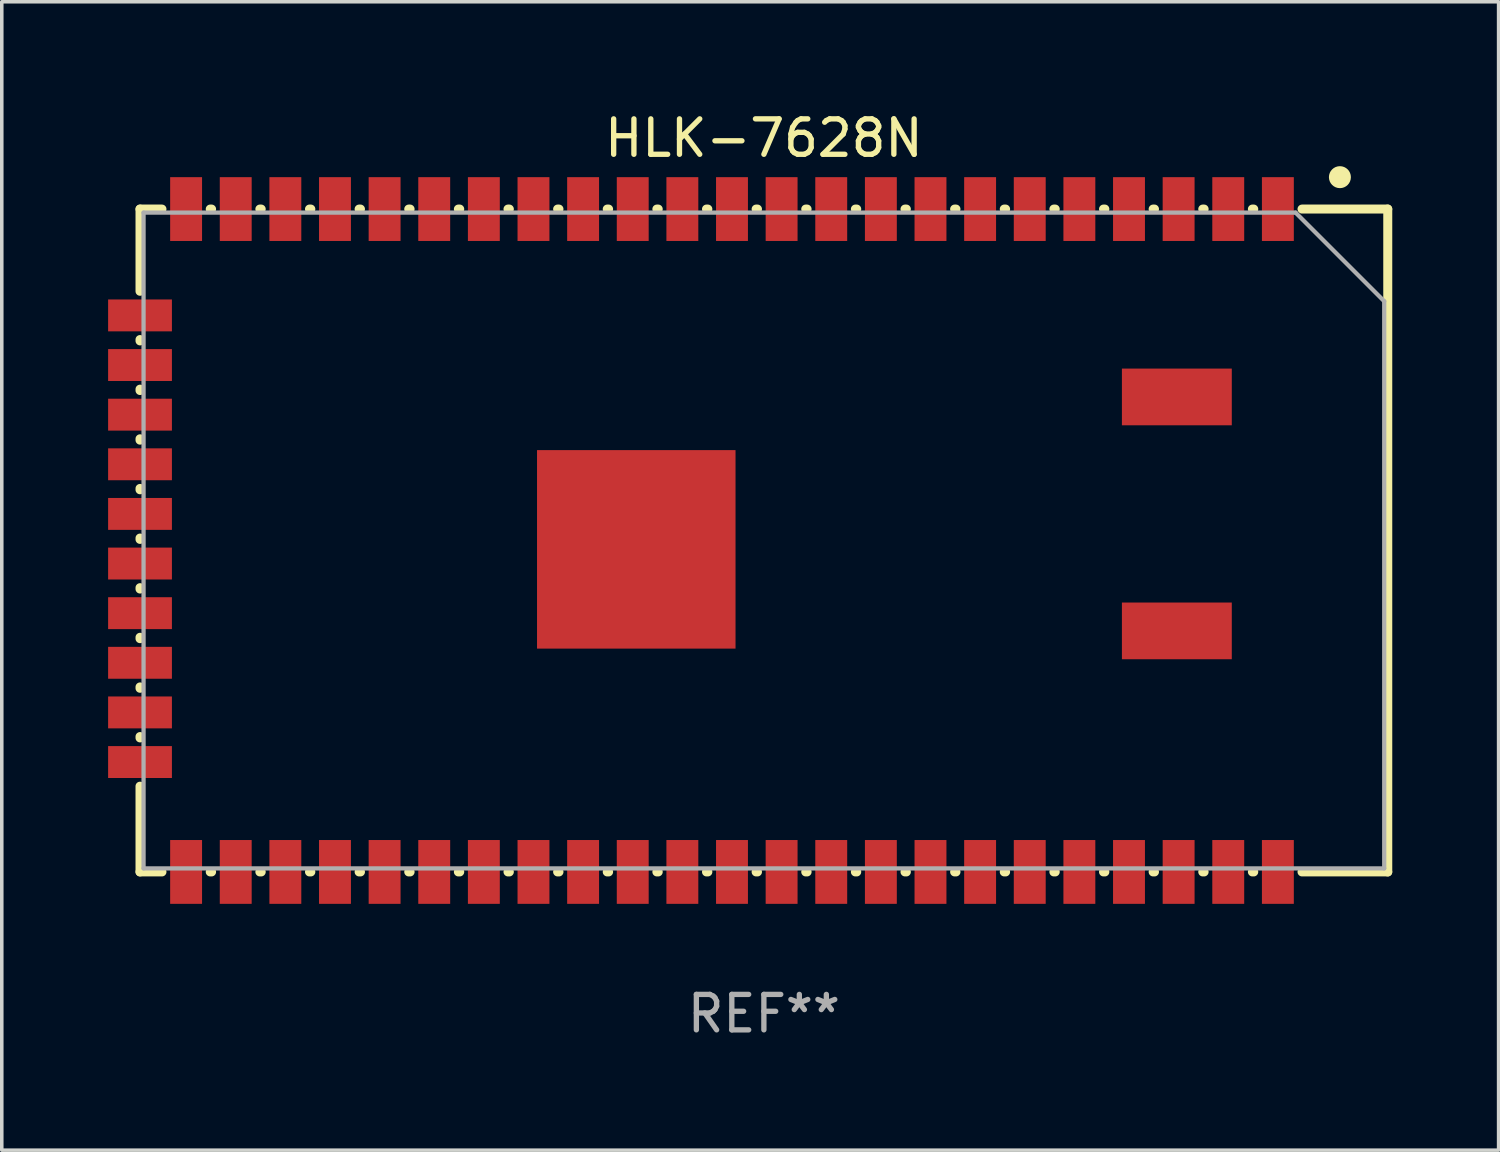
<source format=kicad_pcb>
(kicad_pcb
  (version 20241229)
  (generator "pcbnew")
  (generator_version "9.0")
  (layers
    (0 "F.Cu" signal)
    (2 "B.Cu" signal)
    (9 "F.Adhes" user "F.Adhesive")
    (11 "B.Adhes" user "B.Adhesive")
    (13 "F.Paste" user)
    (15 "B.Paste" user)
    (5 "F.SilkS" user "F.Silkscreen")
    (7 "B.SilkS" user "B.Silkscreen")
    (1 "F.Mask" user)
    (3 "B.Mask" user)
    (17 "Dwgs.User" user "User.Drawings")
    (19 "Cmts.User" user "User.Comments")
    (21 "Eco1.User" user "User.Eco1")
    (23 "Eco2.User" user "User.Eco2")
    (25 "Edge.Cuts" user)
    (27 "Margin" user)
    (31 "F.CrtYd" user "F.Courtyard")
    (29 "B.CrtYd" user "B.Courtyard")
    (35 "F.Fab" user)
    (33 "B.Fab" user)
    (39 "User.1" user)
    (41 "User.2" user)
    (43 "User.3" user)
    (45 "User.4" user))
  (footprint "HLK-7628N"
    (layer "F.Cu")
    (at 18.5 12.198)
    (property "Reference" "HLK-7628N" (at 0 -11.35 0) (layer "F.SilkS") (effects (font (size 1 1) (thickness 0.15))))
    (attr through_hole)
    (fp_line (start -17.6 -9.35) (end -17.6 -7.031) (stroke (width 0.254) (type solid)) (layer "F.SilkS"))
    (fp_line (start -17.6 -9.35) (end -16.981 -9.35) (stroke (width 0.254) (type solid)) (layer "F.SilkS"))
    (fp_line (start -17.6 -5.669) (end -17.6 -5.631) (stroke (width 0.254) (type solid)) (layer "F.SilkS"))
    (fp_line (start -17.6 -4.269) (end -17.6 -4.231) (stroke (width 0.254) (type solid)) (layer "F.SilkS"))
    (fp_line (start -17.6 -2.869) (end -17.6 -2.831) (stroke (width 0.254) (type solid)) (layer "F.SilkS"))
    (fp_line (start -17.6 -1.469) (end -17.6 -1.431) (stroke (width 0.254) (type solid)) (layer "F.SilkS"))
    (fp_line (start -17.6 -0.069) (end -17.6 -0.031) (stroke (width 0.254) (type solid)) (layer "F.SilkS"))
    (fp_line (start -17.6 1.331) (end -17.6 1.369) (stroke (width 0.254) (type solid)) (layer "F.SilkS"))
    (fp_line (start -17.6 2.731) (end -17.6 2.769) (stroke (width 0.254) (type solid)) (layer "F.SilkS"))
    (fp_line (start -17.6 4.131) (end -17.6 4.169) (stroke (width 0.254) (type solid)) (layer "F.SilkS"))
    (fp_line (start -17.6 5.531) (end -17.6 5.569) (stroke (width 0.254) (type solid)) (layer "F.SilkS"))
    (fp_line (start -17.6 6.931) (end -17.6 9.35) (stroke (width 0.254) (type solid)) (layer "F.SilkS"))
    (fp_line (start -17.6 9.35) (end -16.981 9.35) (stroke (width 0.254) (type solid)) (layer "F.SilkS"))
    (fp_line (start -15.619 -9.35) (end -15.581 -9.35) (stroke (width 0.254) (type solid)) (layer "F.SilkS"))
    (fp_line (start -15.619 9.35) (end -15.581 9.35) (stroke (width 0.254) (type solid)) (layer "F.SilkS"))
    (fp_line (start -14.219 -9.35) (end -14.181 -9.35) (stroke (width 0.254) (type solid)) (layer "F.SilkS"))
    (fp_line (start -14.219 9.35) (end -14.181 9.35) (stroke (width 0.254) (type solid)) (layer "F.SilkS"))
    (fp_line (start -12.819 -9.35) (end -12.781 -9.35) (stroke (width 0.254) (type solid)) (layer "F.SilkS"))
    (fp_line (start -12.819 9.35) (end -12.781 9.35) (stroke (width 0.254) (type solid)) (layer "F.SilkS"))
    (fp_line (start -11.419 -9.35) (end -11.381 -9.35) (stroke (width 0.254) (type solid)) (layer "F.SilkS"))
    (fp_line (start -11.419 9.35) (end -11.381 9.35) (stroke (width 0.254) (type solid)) (layer "F.SilkS"))
    (fp_line (start -10.019 -9.35) (end -9.981 -9.35) (stroke (width 0.254) (type solid)) (layer "F.SilkS"))
    (fp_line (start -10.019 9.35) (end -9.981 9.35) (stroke (width 0.254) (type solid)) (layer "F.SilkS"))
    (fp_line (start -8.619 -9.35) (end -8.581 -9.35) (stroke (width 0.254) (type solid)) (layer "F.SilkS"))
    (fp_line (start -8.619 9.35) (end -8.581 9.35) (stroke (width 0.254) (type solid)) (layer "F.SilkS"))
    (fp_line (start -7.219 -9.35) (end -7.181 -9.35) (stroke (width 0.254) (type solid)) (layer "F.SilkS"))
    (fp_line (start -7.219 9.35) (end -7.181 9.35) (stroke (width 0.254) (type solid)) (layer "F.SilkS"))
    (fp_line (start -5.819 -9.35) (end -5.781 -9.35) (stroke (width 0.254) (type solid)) (layer "F.SilkS"))
    (fp_line (start -5.819 9.35) (end -5.781 9.35) (stroke (width 0.254) (type solid)) (layer "F.SilkS"))
    (fp_line (start -4.419 -9.35) (end -4.381 -9.35) (stroke (width 0.254) (type solid)) (layer "F.SilkS"))
    (fp_line (start -4.419 9.35) (end -4.381 9.35) (stroke (width 0.254) (type solid)) (layer "F.SilkS"))
    (fp_line (start -3.019 -9.35) (end -2.981 -9.35) (stroke (width 0.254) (type solid)) (layer "F.SilkS"))
    (fp_line (start -3.019 9.35) (end -2.981 9.35) (stroke (width 0.254) (type solid)) (layer "F.SilkS"))
    (fp_line (start -1.619 -9.35) (end -1.581 -9.35) (stroke (width 0.254) (type solid)) (layer "F.SilkS"))
    (fp_line (start -1.619 9.35) (end -1.581 9.35) (stroke (width 0.254) (type solid)) (layer "F.SilkS"))
    (fp_line (start -0.219 -9.35) (end -0.181 -9.35) (stroke (width 0.254) (type solid)) (layer "F.SilkS"))
    (fp_line (start -0.219 9.35) (end -0.181 9.35) (stroke (width 0.254) (type solid)) (layer "F.SilkS"))
    (fp_line (start 1.181 -9.35) (end 1.219 -9.35) (stroke (width 0.254) (type solid)) (layer "F.SilkS"))
    (fp_line (start 1.181 9.35) (end 1.219 9.35) (stroke (width 0.254) (type solid)) (layer "F.SilkS"))
    (fp_line (start 2.581 -9.35) (end 2.619 -9.35) (stroke (width 0.254) (type solid)) (layer "F.SilkS"))
    (fp_line (start 2.581 9.35) (end 2.619 9.35) (stroke (width 0.254) (type solid)) (layer "F.SilkS"))
    (fp_line (start 3.981 -9.35) (end 4.019 -9.35) (stroke (width 0.254) (type solid)) (layer "F.SilkS"))
    (fp_line (start 3.981 9.35) (end 4.019 9.35) (stroke (width 0.254) (type solid)) (layer "F.SilkS"))
    (fp_line (start 5.381 -9.35) (end 5.419 -9.35) (stroke (width 0.254) (type solid)) (layer "F.SilkS"))
    (fp_line (start 5.381 9.35) (end 5.419 9.35) (stroke (width 0.254) (type solid)) (layer "F.SilkS"))
    (fp_line (start 6.781 -9.35) (end 6.819 -9.35) (stroke (width 0.254) (type solid)) (layer "F.SilkS"))
    (fp_line (start 6.781 9.35) (end 6.819 9.35) (stroke (width 0.254) (type solid)) (layer "F.SilkS"))
    (fp_line (start 8.181 -9.35) (end 8.219 -9.35) (stroke (width 0.254) (type solid)) (layer "F.SilkS"))
    (fp_line (start 8.181 9.35) (end 8.219 9.35) (stroke (width 0.254) (type solid)) (layer "F.SilkS"))
    (fp_line (start 9.581 -9.35) (end 9.619 -9.35) (stroke (width 0.254) (type solid)) (layer "F.SilkS"))
    (fp_line (start 9.581 9.35) (end 9.619 9.35) (stroke (width 0.254) (type solid)) (layer "F.SilkS"))
    (fp_line (start 10.981 -9.35) (end 11.019 -9.35) (stroke (width 0.254) (type solid)) (layer "F.SilkS"))
    (fp_line (start 10.981 9.35) (end 11.019 9.35) (stroke (width 0.254) (type solid)) (layer "F.SilkS"))
    (fp_line (start 12.381 -9.35) (end 12.419 -9.35) (stroke (width 0.254) (type solid)) (layer "F.SilkS"))
    (fp_line (start 12.381 9.35) (end 12.419 9.35) (stroke (width 0.254) (type solid)) (layer "F.SilkS"))
    (fp_line (start 13.781 -9.35) (end 13.819 -9.35) (stroke (width 0.254) (type solid)) (layer "F.SilkS"))
    (fp_line (start 13.781 9.35) (end 13.819 9.35) (stroke (width 0.254) (type solid)) (layer "F.SilkS"))
    (fp_line (start 15.181 9.35) (end 17.6 9.35) (stroke (width 0.254) (type solid)) (layer "F.SilkS"))
    (fp_line (start 15.181 -9.35) (end 17.6 -9.35) (stroke (width 0.254) (type solid)) (layer "F.SilkS"))
    (fp_line (start 17.6 9.35) (end 17.6 -9.35) (stroke (width 0.254) (type solid)) (layer "F.SilkS"))
    (fp_circle (center 16.25 -10.25) (end 16.5 -10.25) (stroke (width 0.12) (type solid)) (fill yes) (layer "F.SilkS"))
    (fp_line (start -17.5 -9.25) (end -17.5 9.25) (stroke (width 0.12) (type default)) (layer "F.Fab"))
    (fp_line (start -17.5 9.25) (end 17.5 9.25) (stroke (width 0.12) (type default)) (layer "F.Fab"))
    (fp_line (start 15 -9.25) (end -17.5 -9.25) (stroke (width 0.12) (type default)) (layer "F.Fab"))
    (fp_line (start 15 -9.25) (end 17.5 -6.75) (stroke (width 0.12) (type default)) (layer "F.Fab"))
    (fp_line (start 17.5 9.25) (end 17.5 -6.75) (stroke (width 0.12) (type default)) (layer "F.Fab"))
    (fp_text user "REF**" (at 0 13.35 0) (layer "F.Fab") (effects (font (size 1 1) (thickness 0.15))))
    (pad "1" smd rect (at 14.5 -9.35) (size 0.9 1.8) (layers "F.Cu" "F.Mask" "F.Paste"))
    (pad "2" smd rect (at 13.1 -9.35) (size 0.9 1.8) (layers "F.Cu" "F.Mask" "F.Paste"))
    (pad "3" smd rect (at 11.7 -9.35) (size 0.9 1.8) (layers "F.Cu" "F.Mask" "F.Paste"))
    (pad "4" smd rect (at 10.3 -9.35) (size 0.9 1.8) (layers "F.Cu" "F.Mask" "F.Paste"))
    (pad "5" smd rect (at 8.9 -9.35) (size 0.9 1.8) (layers "F.Cu" "F.Mask" "F.Paste"))
    (pad "6" smd rect (at 7.5 -9.35) (size 0.9 1.8) (layers "F.Cu" "F.Mask" "F.Paste"))
    (pad "7" smd rect (at 6.1 -9.35) (size 0.9 1.8) (layers "F.Cu" "F.Mask" "F.Paste"))
    (pad "8" smd rect (at 4.7 -9.35) (size 0.9 1.8) (layers "F.Cu" "F.Mask" "F.Paste"))
    (pad "9" smd rect (at 3.3 -9.35) (size 0.9 1.8) (layers "F.Cu" "F.Mask" "F.Paste"))
    (pad "10" smd rect (at 1.9 -9.35) (size 0.9 1.8) (layers "F.Cu" "F.Mask" "F.Paste"))
    (pad "11" smd rect (at 0.5 -9.35) (size 0.9 1.8) (layers "F.Cu" "F.Mask" "F.Paste"))
    (pad "12" smd rect (at -0.9 -9.35) (size 0.9 1.8) (layers "F.Cu" "F.Mask" "F.Paste"))
    (pad "13" smd rect (at -2.3 -9.35) (size 0.9 1.8) (layers "F.Cu" "F.Mask" "F.Paste"))
    (pad "14" smd rect (at -3.7 -9.35) (size 0.9 1.8) (layers "F.Cu" "F.Mask" "F.Paste"))
    (pad "15" smd rect (at -5.1 -9.35) (size 0.9 1.8) (layers "F.Cu" "F.Mask" "F.Paste"))
    (pad "16" smd rect (at -6.5 -9.35) (size 0.9 1.8) (layers "F.Cu" "F.Mask" "F.Paste"))
    (pad "17" smd rect (at -7.9 -9.35) (size 0.9 1.8) (layers "F.Cu" "F.Mask" "F.Paste"))
    (pad "18" smd rect (at -9.3 -9.35) (size 0.9 1.8) (layers "F.Cu" "F.Mask" "F.Paste"))
    (pad "19" smd rect (at -10.7 -9.35) (size 0.9 1.8) (layers "F.Cu" "F.Mask" "F.Paste"))
    (pad "20" smd rect (at -12.1 -9.35) (size 0.9 1.8) (layers "F.Cu" "F.Mask" "F.Paste"))
    (pad "21" smd rect (at -13.5 -9.35) (size 0.9 1.8) (layers "F.Cu" "F.Mask" "F.Paste"))
    (pad "22" smd rect (at -14.9 -9.35) (size 0.9 1.8) (layers "F.Cu" "F.Mask" "F.Paste"))
    (pad "23" smd rect (at -16.3 -9.35) (size 0.9 1.8) (layers "F.Cu" "F.Mask" "F.Paste"))
    (pad "24" smd rect (at -17.6 -6.35 90) (size 0.9 1.8) (layers "F.Cu" "F.Mask" "F.Paste"))
    (pad "25" smd rect (at -17.6 -4.95 90) (size 0.9 1.8) (layers "F.Cu" "F.Mask" "F.Paste"))
    (pad "26" smd rect (at -17.6 -3.55 90) (size 0.9 1.8) (layers "F.Cu" "F.Mask" "F.Paste"))
    (pad "27" smd rect (at -17.6 -2.15 90) (size 0.9 1.8) (layers "F.Cu" "F.Mask" "F.Paste"))
    (pad "28" smd rect (at -17.6 -0.75 90) (size 0.9 1.8) (layers "F.Cu" "F.Mask" "F.Paste"))
    (pad "29" smd rect (at -17.6 0.65 90) (size 0.9 1.8) (layers "F.Cu" "F.Mask" "F.Paste"))
    (pad "30" smd rect (at -17.6 2.05 90) (size 0.9 1.8) (layers "F.Cu" "F.Mask" "F.Paste"))
    (pad "31" smd rect (at -17.6 3.45 90) (size 0.9 1.8) (layers "F.Cu" "F.Mask" "F.Paste"))
    (pad "32" smd rect (at -17.6 4.85 90) (size 0.9 1.8) (layers "F.Cu" "F.Mask" "F.Paste"))
    (pad "33" smd rect (at -17.6 6.25 90) (size 0.9 1.8) (layers "F.Cu" "F.Mask" "F.Paste"))
    (pad "34" smd rect (at -16.3 9.35 180) (size 0.9 1.8) (layers "F.Cu" "F.Mask" "F.Paste"))
    (pad "35" smd rect (at -14.9 9.35 180) (size 0.9 1.8) (layers "F.Cu" "F.Mask" "F.Paste"))
    (pad "36" smd rect (at -13.5 9.35 180) (size 0.9 1.8) (layers "F.Cu" "F.Mask" "F.Paste"))
    (pad "37" smd rect (at -12.1 9.35 180) (size 0.9 1.8) (layers "F.Cu" "F.Mask" "F.Paste"))
    (pad "38" smd rect (at -10.7 9.35 180) (size 0.9 1.8) (layers "F.Cu" "F.Mask" "F.Paste"))
    (pad "39" smd rect (at -9.3 9.35 180) (size 0.9 1.8) (layers "F.Cu" "F.Mask" "F.Paste"))
    (pad "40" smd rect (at -7.9 9.35 180) (size 0.9 1.8) (layers "F.Cu" "F.Mask" "F.Paste"))
    (pad "41" smd rect (at -6.5 9.35 180) (size 0.9 1.8) (layers "F.Cu" "F.Mask" "F.Paste"))
    (pad "42" smd rect (at -5.1 9.35 180) (size 0.9 1.8) (layers "F.Cu" "F.Mask" "F.Paste"))
    (pad "43" smd rect (at -3.7 9.35 180) (size 0.9 1.8) (layers "F.Cu" "F.Mask" "F.Paste"))
    (pad "44" smd rect (at -2.3 9.35 180) (size 0.9 1.8) (layers "F.Cu" "F.Mask" "F.Paste"))
    (pad "45" smd rect (at -0.9 9.35 180) (size 0.9 1.8) (layers "F.Cu" "F.Mask" "F.Paste"))
    (pad "46" smd rect (at 0.5 9.35 180) (size 0.9 1.8) (layers "F.Cu" "F.Mask" "F.Paste"))
    (pad "47" smd rect (at 1.9 9.35 180) (size 0.9 1.8) (layers "F.Cu" "F.Mask" "F.Paste"))
    (pad "48" smd rect (at 3.3 9.35 180) (size 0.9 1.8) (layers "F.Cu" "F.Mask" "F.Paste"))
    (pad "49" smd rect (at 4.7 9.35 180) (size 0.9 1.8) (layers "F.Cu" "F.Mask" "F.Paste"))
    (pad "50" smd rect (at 6.1 9.35 180) (size 0.9 1.8) (layers "F.Cu" "F.Mask" "F.Paste"))
    (pad "51" smd rect (at 7.5 9.35 180) (size 0.9 1.8) (layers "F.Cu" "F.Mask" "F.Paste"))
    (pad "52" smd rect (at 8.9 9.35 180) (size 0.9 1.8) (layers "F.Cu" "F.Mask" "F.Paste"))
    (pad "53" smd rect (at 10.3 9.35 180) (size 0.9 1.8) (layers "F.Cu" "F.Mask" "F.Paste"))
    (pad "54" smd rect (at 11.7 9.35 180) (size 0.9 1.8) (layers "F.Cu" "F.Mask" "F.Paste"))
    (pad "55" smd rect (at 13.1 9.35 180) (size 0.9 1.8) (layers "F.Cu" "F.Mask" "F.Paste"))
    (pad "56" smd rect (at 14.5 9.35 180) (size 0.9 1.8) (layers "F.Cu" "F.Mask" "F.Paste"))
    (pad "57" smd rect (at -3.6 0.25) (size 5.6 5.6) (layers "F.Cu" "F.Mask" "F.Paste"))
    (pad "58" smd rect (at 11.65 2.55) (size 3.1 1.6) (layers "F.Cu" "F.Mask" "F.Paste"))
    (pad "59" smd rect (at 11.65 -4.05) (size 3.1 1.6) (layers "F.Cu" "F.Mask" "F.Paste")))
  (gr_rect
    (start -3 -3)
    (end 39.227 29.397)
    (stroke (width 0.1) (type default))
    (fill no)
    (layer "Edge.Cuts")))
</source>
